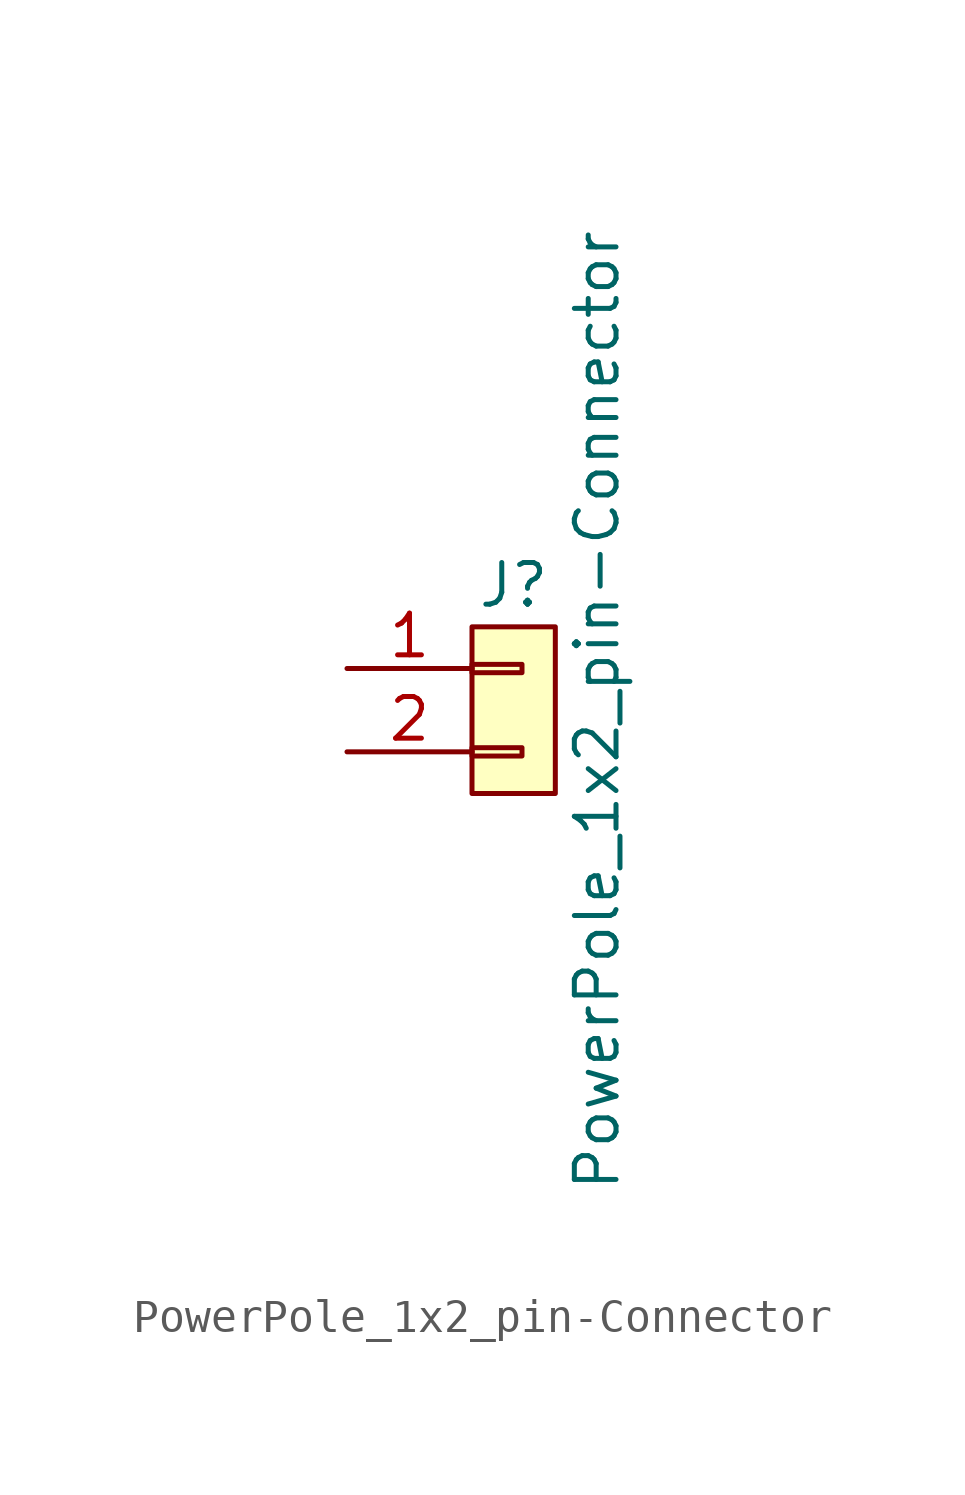
<source format=kicad_sym>
(kicad_symbol_lib
  (version 20211014)
  (generator kicad_symbol_editor)
  (symbol "PowerPole_1x2_pin-Connector"
    (pin_names
      (offset 1.016) hide)
    (property "Reference" "J"
      (at 0 3.81 0)
      (effects (font (size 1.27 1.27))))
    (property "Value" "PowerPole_1x2_pin-Connector"
      (at 2.54 0 90)
      (effects (font (size 1.27 1.27))))
    (symbol "PowerPole_1x2_pin-Connector_0_1"
      (rectangle (start -1.27 -1.143) (end 0.254 -1.397) (stroke (width 0) (type default) (color 0 0 0 0)) (fill (type none)))
      (rectangle (start -1.27 1.397) (end 0.254 1.143) (stroke (width 0) (type default) (color 0 0 0 0)) (fill (type none)))
      (rectangle (start -1.27 2.54) (end 1.27 -2.54) (stroke (width 0) (type default) (color 0 0 0 0)) (fill (type background))))
    (symbol "PowerPole_1x2_pin-Connector_1_1"
      (pin passive line (at -5.08 1.27 0) (length 3.81) (name "P1" (effects (font (size 1.27 1.27)))) (number "1" (effects (font (size 1.27 1.27)))))
      (pin passive line (at -5.08 -1.27 0) (length 3.81) (name "P2" (effects (font (size 1.27 1.27)))) (number "2" (effects (font (size 1.27 1.27)))))
      (pin passive line (at 0 -2.54 90) (length 0) hide (name "E" (effects (font (size 1.27 1.27)))) (number "E" (effects (font (size 1.27 1.27))))))))
</source>
